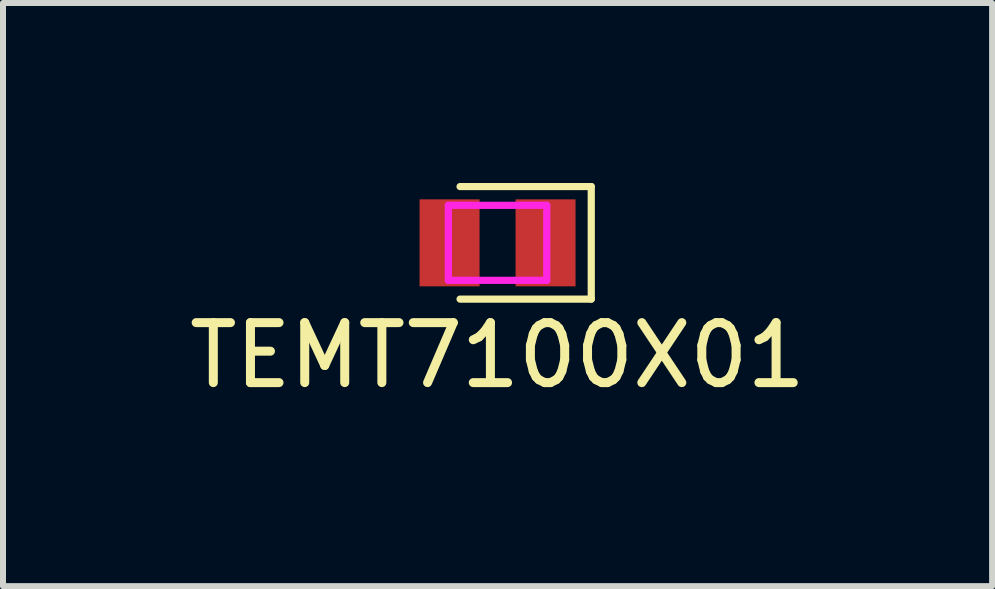
<source format=kicad_pcb>
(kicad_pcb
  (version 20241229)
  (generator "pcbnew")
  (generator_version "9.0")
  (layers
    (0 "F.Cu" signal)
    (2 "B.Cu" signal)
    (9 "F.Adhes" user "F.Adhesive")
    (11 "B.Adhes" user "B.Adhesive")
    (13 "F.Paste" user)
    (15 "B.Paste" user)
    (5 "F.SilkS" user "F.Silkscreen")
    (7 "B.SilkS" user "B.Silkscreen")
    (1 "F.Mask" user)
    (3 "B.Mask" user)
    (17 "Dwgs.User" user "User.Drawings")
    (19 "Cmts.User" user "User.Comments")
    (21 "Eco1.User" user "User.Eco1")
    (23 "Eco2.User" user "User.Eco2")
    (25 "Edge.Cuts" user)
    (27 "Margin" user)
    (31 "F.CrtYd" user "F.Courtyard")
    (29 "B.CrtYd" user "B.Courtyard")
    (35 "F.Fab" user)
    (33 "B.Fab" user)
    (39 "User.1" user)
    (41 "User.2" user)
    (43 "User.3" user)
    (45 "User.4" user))
  (footprint "TEMT7100X01"
    (layer "F.Cu")
    (at 5.244 0.998)
    (property "Reference" "TEMT7100X01" (at 0 1.875 0) (layer "F.SilkS") (effects (font (size 1 1) (thickness 0.15))))
    (attr smd)
    (fp_line (start -0.625 -0.938) (end 1.562 -0.938) (stroke (width 0.12) (type solid)) (layer "F.SilkS"))
    (fp_line (start 1.562 -0.938) (end 1.562 0.938) (stroke (width 0.12) (type solid)) (layer "F.SilkS"))
    (fp_line (start 1.562 0.938) (end -0.625 0.938) (stroke (width 0.12) (type solid)) (layer "F.SilkS"))
    (fp_line (start -0.82 -0.625) (end -0.82 0.625) (stroke (width 0.12) (type solid)) (layer "F.CrtYd"))
    (fp_line (start -0.82 0.625) (end 0.82 0.625) (stroke (width 0.12) (type solid)) (layer "F.CrtYd"))
    (fp_line (start 0.82 -0.625) (end -0.82 -0.625) (stroke (width 0.12) (type solid)) (layer "F.CrtYd"))
    (fp_line (start 0.82 0.625) (end 0.82 -0.625) (stroke (width 0.12) (type solid)) (layer "F.CrtYd"))
    (pad "1" smd rect (at -0.8 0) (size 1 1.45) (layers "F.Cu" "F.Mask" "F.Paste"))
    (pad "2" smd rect (at 0.8 0) (size 1 1.45) (layers "F.Cu" "F.Mask" "F.Paste")))
  (gr_rect
    (start -3 -3)
    (end 13.488 6.721)
    (stroke (width 0.1) (type default))
    (fill no)
    (layer "Edge.Cuts")))
</source>
